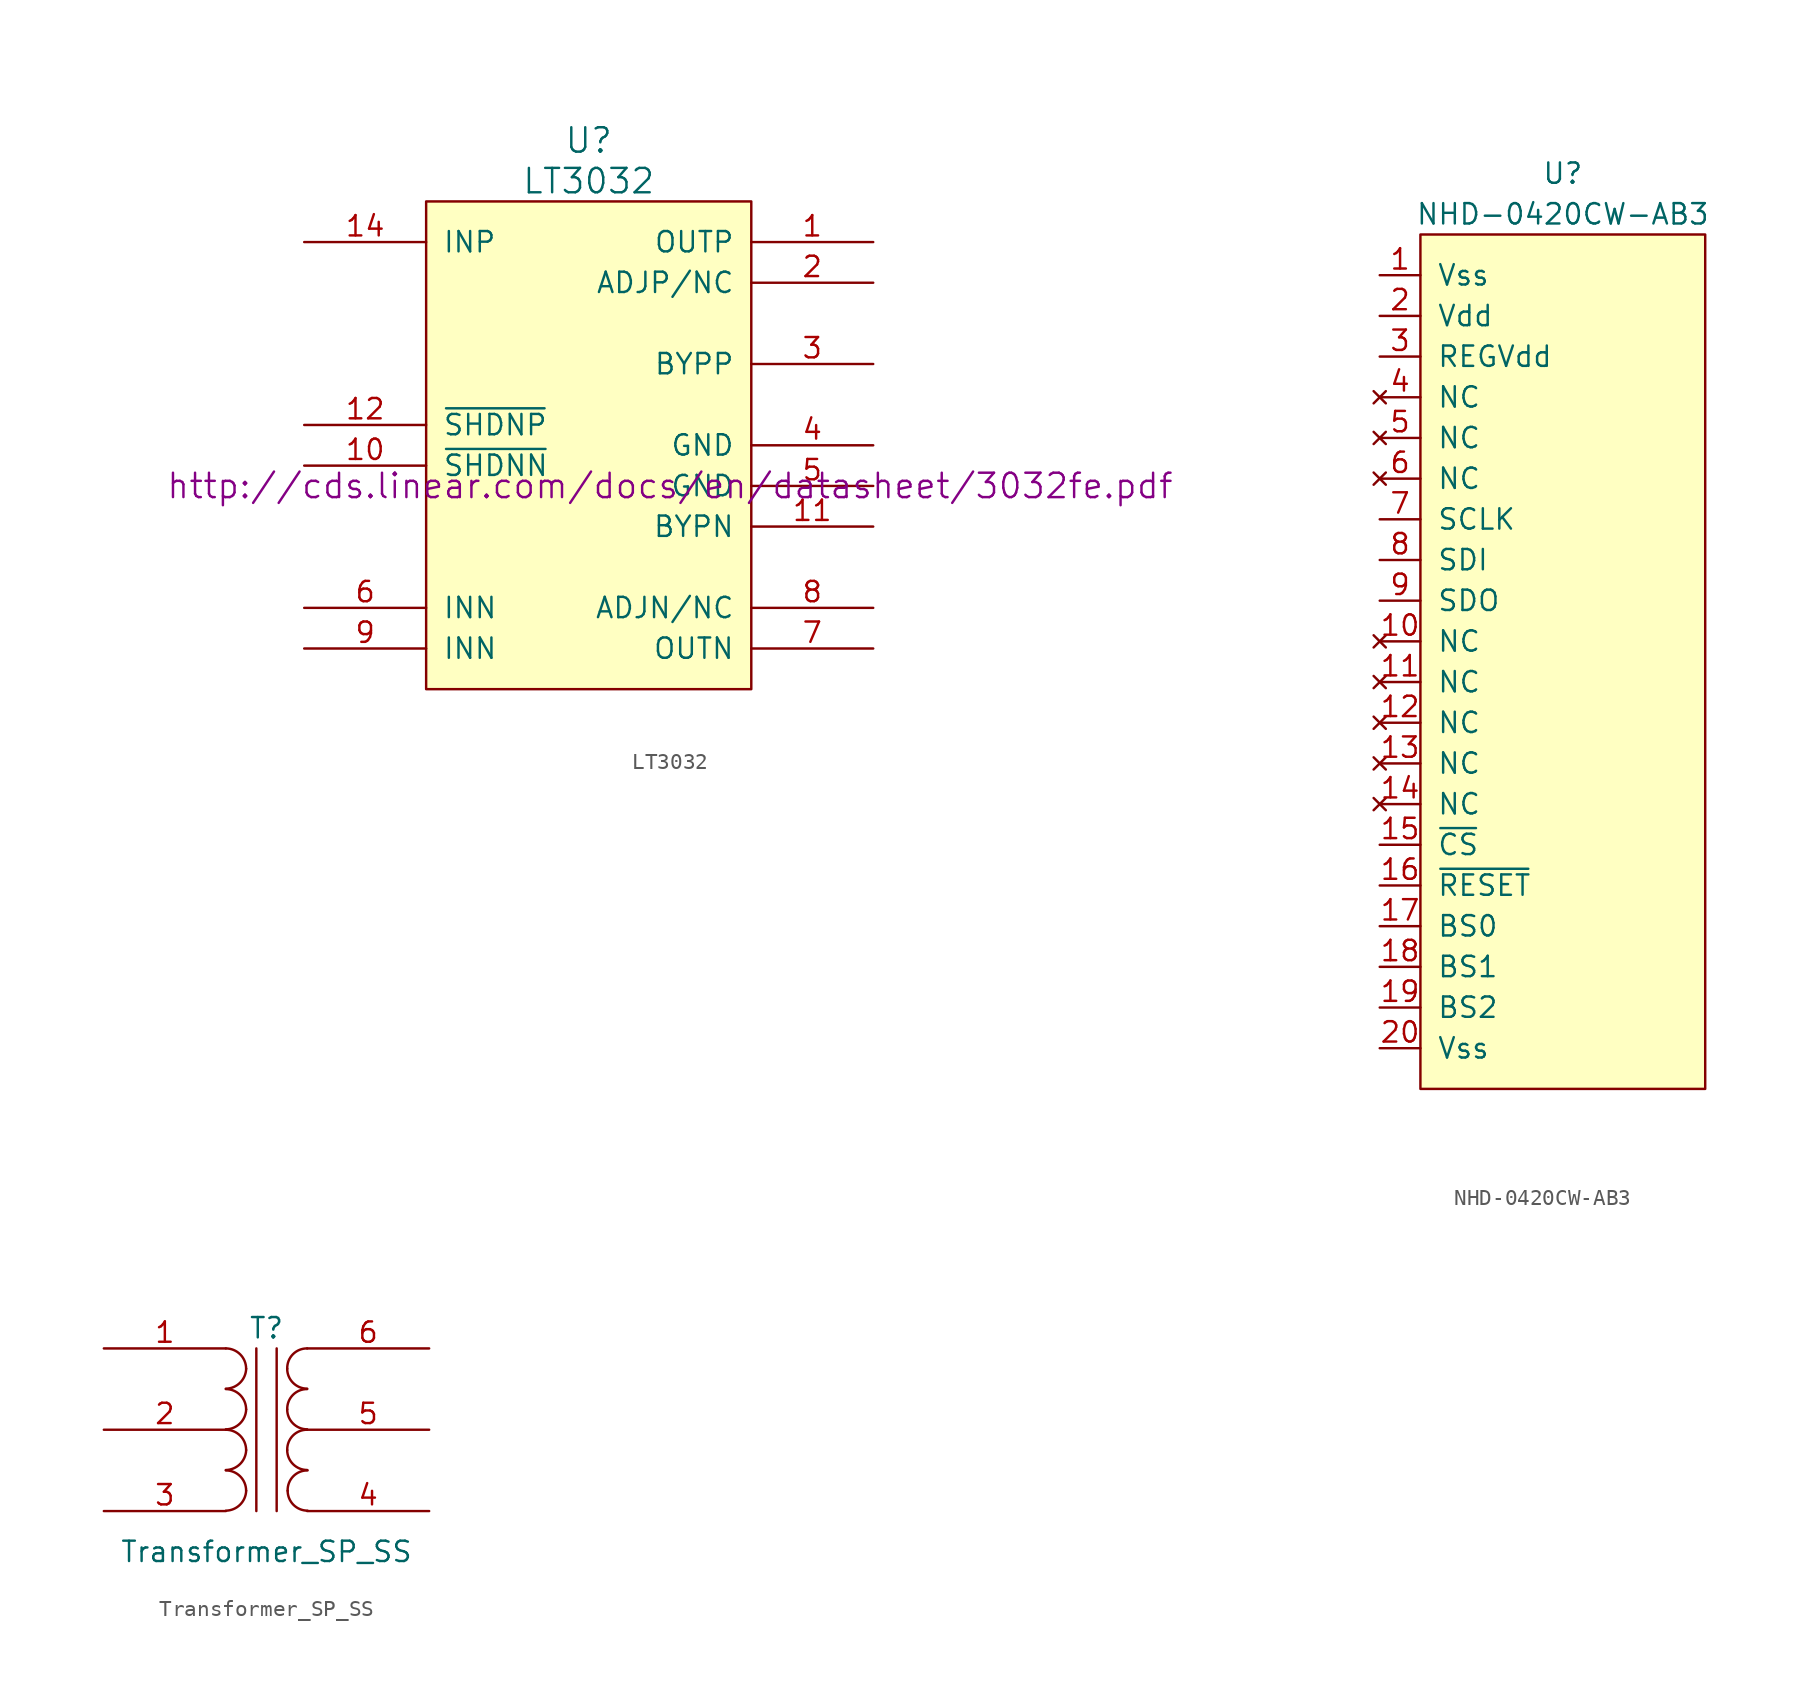
<source format=kicad_sym>
(kicad_symbol_lib
  (version 20241209)
  (generator "kicad_symbol_editor")
  (generator_version "9.0")
  (symbol "LT3032"
    (pin_names
      (offset 1.016))
    (property "Reference" "U"
      (at 0 19.05 0)
      (effects (font (size 1.524 1.524))))
    (property "Value" "LT3032"
      (at 0 16.51 0)
      (effects (font (size 1.524 1.524))))
    (property "Footprint" ""
      (at 5.08 -2.54 0)
      (effects (font (size 1.524 1.524))))
    (property "Datasheet" "http://cds.linear.com/docs/en/datasheet/3032fe.pdf"
      (at 5.08 -2.54 0)
      (effects (font (size 1.524 1.524))))
    (symbol "LT3032_0_0"
      (rectangle (start -10.16 15.24) (end 10.16 -15.24) (stroke (width 0) (type default)) (fill (type background))))
    (symbol "LT3032_1_1"
      (pin power_in line (at -17.78 12.7 0) (length 7.62) (name "INP" (effects (font (size 1.27 1.27)))) (number "14" (effects (font (size 1.27 1.27)))))
      (pin input line (at -17.78 1.27 0) (length 7.62) (name "~{SHDNP}" (effects (font (size 1.27 1.27)))) (number "12" (effects (font (size 1.27 1.27)))))
      (pin input line (at -17.78 -1.27 0) (length 7.62) (name "~{SHDNN}" (effects (font (size 1.27 1.27)))) (number "10" (effects (font (size 1.27 1.27)))))
      (pin power_in line (at -17.78 -10.16 0) (length 7.62) (name "INN" (effects (font (size 1.27 1.27)))) (number "6" (effects (font (size 1.27 1.27)))))
      (pin power_in line (at -17.78 -12.7 0) (length 7.62) (name "INN" (effects (font (size 1.27 1.27)))) (number "9" (effects (font (size 1.27 1.27)))))
      (pin no_connect line (at -1.27 6.35 0) (length 2.54) (hide yes) (name "NC" (effects (font (size 1.27 1.27)))) (number "13" (effects (font (size 1.27 1.27)))))
      (pin power_out line (at 17.78 12.7 180) (length 7.62) (name "OUTP" (effects (font (size 1.27 1.27)))) (number "1" (effects (font (size 1.27 1.27)))))
      (pin input line (at 17.78 10.16 180) (length 7.62) (name "ADJP/NC" (effects (font (size 1.27 1.27)))) (number "2" (effects (font (size 1.27 1.27)))))
      (pin input line (at 17.78 5.08 180) (length 7.62) (name "BYPP" (effects (font (size 1.27 1.27)))) (number "3" (effects (font (size 1.27 1.27)))))
      (pin input line (at 17.78 0 180) (length 7.62) (name "GND" (effects (font (size 1.27 1.27)))) (number "4" (effects (font (size 1.27 1.27)))))
      (pin input line (at 17.78 -2.54 180) (length 7.62) (name "GND" (effects (font (size 1.27 1.27)))) (number "5" (effects (font (size 1.27 1.27)))))
      (pin input line (at 17.78 -5.08 180) (length 7.62) (name "BYPN" (effects (font (size 1.27 1.27)))) (number "11" (effects (font (size 1.27 1.27)))))
      (pin input line (at 17.78 -10.16 180) (length 7.62) (name "ADJN/NC" (effects (font (size 1.27 1.27)))) (number "8" (effects (font (size 1.27 1.27)))))
      (pin power_out line (at 17.78 -12.7 180) (length 7.62) (name "OUTN" (effects (font (size 1.27 1.27)))) (number "7" (effects (font (size 1.27 1.27)))))))
  (symbol "NHD-0420CW-AB3"
    (pin_names
      (offset 1.016))
    (property "Reference" "U"
      (at 0 30.48 0)
      (effects (font (size 1.27 1.27))))
    (property "Value" "NHD-0420CW-AB3"
      (at 0 27.94 0)
      (effects (font (size 1.27 1.27))))
    (symbol "NHD-0420CW-AB3_0_0"
      (pin power_in line (at -11.43 24.13 0) (length 2.54) (name "Vss" (effects (font (size 1.27 1.27)))) (number "1" (effects (font (size 1.27 1.27)))))
      (pin power_in line (at -11.43 21.59 0) (length 2.54) (name "Vdd" (effects (font (size 1.27 1.27)))) (number "2" (effects (font (size 1.27 1.27)))))
      (pin power_in line (at -11.43 19.05 0) (length 2.54) (name "REGVdd" (effects (font (size 1.27 1.27)))) (number "3" (effects (font (size 1.27 1.27)))))
      (pin no_connect line (at -11.43 16.51 0) (length 2.54) (name "NC" (effects (font (size 1.27 1.27)))) (number "4" (effects (font (size 1.27 1.27)))))
      (pin no_connect line (at -11.43 13.97 0) (length 2.54) (name "NC" (effects (font (size 1.27 1.27)))) (number "5" (effects (font (size 1.27 1.27)))))
      (pin no_connect line (at -11.43 11.43 0) (length 2.54) (name "NC" (effects (font (size 1.27 1.27)))) (number "6" (effects (font (size 1.27 1.27)))))
      (pin input line (at -11.43 8.89 0) (length 2.54) (name "SCLK" (effects (font (size 1.27 1.27)))) (number "7" (effects (font (size 1.27 1.27)))))
      (pin input line (at -11.43 6.35 0) (length 2.54) (name "SDI" (effects (font (size 1.27 1.27)))) (number "8" (effects (font (size 1.27 1.27)))))
      (pin output line (at -11.43 3.81 0) (length 2.54) (name "SDO" (effects (font (size 1.27 1.27)))) (number "9" (effects (font (size 1.27 1.27)))))
      (pin no_connect line (at -11.43 1.27 0) (length 2.54) (name "NC" (effects (font (size 1.27 1.27)))) (number "10" (effects (font (size 1.27 1.27)))))
      (pin no_connect line (at -11.43 -1.27 0) (length 2.54) (name "NC" (effects (font (size 1.27 1.27)))) (number "11" (effects (font (size 1.27 1.27)))))
      (pin no_connect line (at -11.43 -3.81 0) (length 2.54) (name "NC" (effects (font (size 1.27 1.27)))) (number "12" (effects (font (size 1.27 1.27)))))
      (pin no_connect line (at -11.43 -6.35 0) (length 2.54) (name "NC" (effects (font (size 1.27 1.27)))) (number "13" (effects (font (size 1.27 1.27)))))
      (pin no_connect line (at -11.43 -8.89 0) (length 2.54) (name "NC" (effects (font (size 1.27 1.27)))) (number "14" (effects (font (size 1.27 1.27)))))
      (pin input line (at -11.43 -11.43 0) (length 2.54) (name "~{CS}" (effects (font (size 1.27 1.27)))) (number "15" (effects (font (size 1.27 1.27)))))
      (pin input line (at -11.43 -13.97 0) (length 2.54) (name "~{RESET}" (effects (font (size 1.27 1.27)))) (number "16" (effects (font (size 1.27 1.27)))))
      (pin input line (at -11.43 -16.51 0) (length 2.54) (name "BS0" (effects (font (size 1.27 1.27)))) (number "17" (effects (font (size 1.27 1.27)))))
      (pin input line (at -11.43 -19.05 0) (length 2.54) (name "BS1" (effects (font (size 1.27 1.27)))) (number "18" (effects (font (size 1.27 1.27)))))
      (pin input line (at -11.43 -21.59 0) (length 2.54) (name "BS2" (effects (font (size 1.27 1.27)))) (number "19" (effects (font (size 1.27 1.27)))))
      (pin power_in line (at -11.43 -24.13 0) (length 2.54) (name "Vss" (effects (font (size 1.27 1.27)))) (number "20" (effects (font (size 1.27 1.27))))))
    (symbol "NHD-0420CW-AB3_0_1"
      (rectangle (start -8.89 26.67) (end 8.89 -26.67) (stroke (width 0) (type default)) (fill (type background)))))
  (symbol "Transformer_SP_SS"
    (pin_names
      (offset 1.016)
      (hide yes))
    (property "Reference" "T"
      (at 0 6.35 0)
      (effects (font (size 1.27 1.27))))
    (property "Value" "Transformer_SP_SS"
      (at 0 -7.62 0)
      (effects (font (size 1.27 1.27))))
    (symbol "Transformer_SP_SS_0_1"
      (arc (start -1.27 3.81) (mid -1.656 2.9336) (end -2.54 2.5654) (stroke (width 0) (type default)) (fill (type none)))
      (arc (start -1.27 1.27) (mid -1.656 0.3936) (end -2.54 0.0254) (stroke (width 0) (type default)) (fill (type none)))
      (arc (start -1.27 -1.27) (mid -1.656 -2.1464) (end -2.54 -2.5146) (stroke (width 0) (type default)) (fill (type none)))
      (arc (start -1.27 -3.81) (mid -1.656 -4.6864) (end -2.54 -5.0546) (stroke (width 0) (type default)) (fill (type none)))
      (arc (start -2.54 5.08) (mid -1.642 4.708) (end -1.27 3.81) (stroke (width 0) (type default)) (fill (type none)))
      (arc (start -2.54 2.54) (mid -1.642 2.168) (end -1.27 1.27) (stroke (width 0) (type default)) (fill (type none)))
      (arc (start -2.54 0) (mid -1.642 -0.372) (end -1.27 -1.27) (stroke (width 0) (type default)) (fill (type none)))
      (arc (start -2.54 -2.54) (mid -1.642 -2.912) (end -1.27 -3.81) (stroke (width 0) (type default)) (fill (type none)))
      (polyline (pts (xy -0.635 5.08) (xy -0.635 -5.08)) (stroke (width 0) (type default)) (fill (type none)))
      (polyline (pts (xy 0.635 -5.08) (xy 0.635 5.08)) (stroke (width 0) (type default)) (fill (type none)))
      (arc (start 1.2954 3.81) (mid 1.6457 4.7117) (end 2.54 5.08) (stroke (width 0) (type default)) (fill (type none)))
      (arc (start 1.2954 1.27) (mid 1.6457 2.1717) (end 2.54 2.54) (stroke (width 0) (type default)) (fill (type none)))
      (arc (start 1.2954 -1.27) (mid 1.6457 -0.3683) (end 2.54 0) (stroke (width 0) (type default)) (fill (type none)))
      (arc (start 2.54 2.5654) (mid 1.6599 2.9299) (end 1.2954 3.81) (stroke (width 0) (type default)) (fill (type none)))
      (arc (start 2.54 0.0254) (mid 1.6599 0.3899) (end 1.2954 1.27) (stroke (width 0) (type default)) (fill (type none)))
      (arc (start 2.54 -2.5146) (mid 1.6599 -2.1501) (end 1.2954 -1.27) (stroke (width 0) (type default)) (fill (type none)))
      (arc (start 1.3208 -3.81) (mid 1.6711 -2.9085) (end 2.5654 -2.54) (stroke (width 0) (type default)) (fill (type none)))
      (arc (start 2.5654 -5.0546) (mid 1.6851 -4.6902) (end 1.3208 -3.81) (stroke (width 0) (type default)) (fill (type none))))
    (symbol "Transformer_SP_SS_1_1"
      (pin passive line (at -10.16 5.08 0) (length 7.62) (name "PR1" (effects (font (size 1.27 1.27)))) (number "1" (effects (font (size 1.27 1.27)))))
      (pin passive line (at -10.16 0 0) (length 7.62) (name "PM" (effects (font (size 1.27 1.27)))) (number "2" (effects (font (size 1.27 1.27)))))
      (pin passive line (at -10.16 -5.08 0) (length 7.62) (name "PR2" (effects (font (size 1.27 1.27)))) (number "3" (effects (font (size 1.27 1.27)))))
      (pin passive line (at 10.16 5.08 180) (length 7.62) (name "S2" (effects (font (size 1.27 1.27)))) (number "6" (effects (font (size 1.27 1.27)))))
      (pin passive line (at 10.16 0 180) (length 7.62) (name "S2" (effects (font (size 1.27 1.27)))) (number "5" (effects (font (size 1.27 1.27)))))
      (pin passive line (at 10.16 -5.08 180) (length 7.62) (name "S1" (effects (font (size 1.27 1.27)))) (number "4" (effects (font (size 1.27 1.27))))))))
</source>
